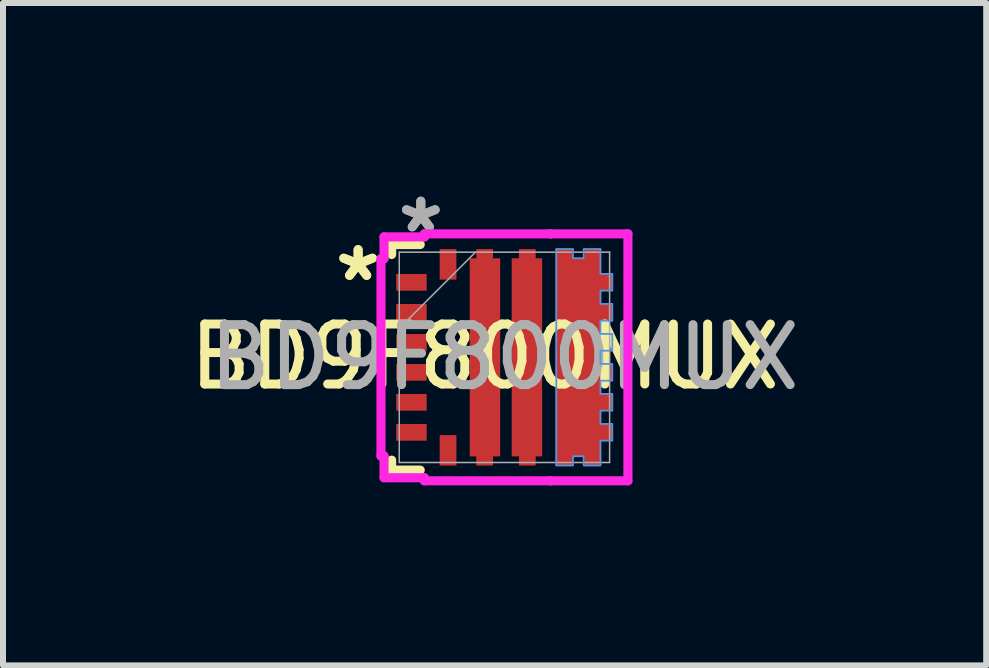
<source format=kicad_pcb>
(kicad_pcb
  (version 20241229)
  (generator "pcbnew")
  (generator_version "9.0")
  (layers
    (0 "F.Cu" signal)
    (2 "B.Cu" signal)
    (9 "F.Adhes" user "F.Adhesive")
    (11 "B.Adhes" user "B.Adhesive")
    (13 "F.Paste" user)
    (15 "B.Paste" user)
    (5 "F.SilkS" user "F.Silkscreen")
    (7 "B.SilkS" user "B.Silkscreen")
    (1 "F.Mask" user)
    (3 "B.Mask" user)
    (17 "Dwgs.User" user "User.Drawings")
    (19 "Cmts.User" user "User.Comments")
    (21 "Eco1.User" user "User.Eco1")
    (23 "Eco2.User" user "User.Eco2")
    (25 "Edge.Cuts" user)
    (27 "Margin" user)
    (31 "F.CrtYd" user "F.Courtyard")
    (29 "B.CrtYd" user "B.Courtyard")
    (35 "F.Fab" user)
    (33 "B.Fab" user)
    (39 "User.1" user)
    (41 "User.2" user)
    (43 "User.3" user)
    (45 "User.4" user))
  (footprint "BD9F800MUX"
    (layer "F.Cu")
    (at 5.03 2.896)
    (property "Reference" "BD9F800MUX" (at 0 0 0) (unlocked yes) (layer "F.SilkS") (effects (font (size 1 1) (thickness 0.15))))
    (attr smd)
    (fp_line (start -1.552 -1.87) (end -1.552 -1.704) (stroke (width 0.152) (type solid)) (layer "F.SilkS"))
    (fp_line (start -1.552 1.724) (end -1.552 1.89) (stroke (width 0.152) (type solid)) (layer "F.SilkS"))
    (fp_line (start -1.552 1.89) (end -1.076 1.89) (stroke (width 0.152) (type solid)) (layer "F.SilkS"))
    (fp_line (start -1.076 -1.87) (end -1.552 -1.87) (stroke (width 0.152) (type solid)) (layer "F.SilkS"))
    (fp_poly (pts (xy 1.192 1.813) (xy 1.192 -1.795) (xy 1.471 -1.795) (xy 1.471 -1.642) (xy 1.649 -1.642) (xy 1.649 -1.795) (xy 1.928 -1.795) (xy 1.928 -1.381) (xy 2.126 -1.381) (xy 2.126 -1.102) (xy 1.928 -1.102) (xy 1.928 -0.881) (xy 2.126 -0.881) (xy 2.126 -0.601) (xy 1.928 -0.601) (xy 1.928 -0.381) (xy 2.126 -0.381) (xy 2.126 -0.101) (xy 1.928 -0.101) (xy 1.928 0.119) (xy 2.126 0.119) (xy 2.126 0.399) (xy 1.928 0.399) (xy 1.928 0.62) (xy 2.126 0.62) (xy 2.126 0.899) (xy 1.928 0.899) (xy 1.928 1.12) (xy 2.126 1.12) (xy 2.126 1.399) (xy 1.928 1.399) (xy 1.928 1.813) (xy 1.649 1.813) (xy 1.649 1.66) (xy 1.471 1.66) (xy 1.471 1.813)) (stroke (width 0.03) (type solid)) (fill no) (layer "Cmts.User"))
    (fp_line (start -1.73 -1.634) (end -1.73 1.654) (stroke (width 0.152) (type solid)) (layer "F.CrtYd"))
    (fp_line (start -1.73 1.654) (end -1.679 1.654) (stroke (width 0.152) (type solid)) (layer "F.CrtYd"))
    (fp_line (start -1.679 -1.997) (end -1.679 -1.634) (stroke (width 0.152) (type solid)) (layer "F.CrtYd"))
    (fp_line (start -1.679 -1.634) (end -1.73 -1.634) (stroke (width 0.152) (type solid)) (layer "F.CrtYd"))
    (fp_line (start -1.679 1.654) (end -1.679 2.017) (stroke (width 0.152) (type solid)) (layer "F.CrtYd"))
    (fp_line (start -1.679 2.017) (end -1.006 2.017) (stroke (width 0.152) (type solid)) (layer "F.CrtYd"))
    (fp_line (start -1.006 -2.048) (end -1.006 -1.997) (stroke (width 0.152) (type solid)) (layer "F.CrtYd"))
    (fp_line (start -1.006 -1.997) (end -1.679 -1.997) (stroke (width 0.152) (type solid)) (layer "F.CrtYd"))
    (fp_line (start -1.006 2.017) (end -1.006 2.068) (stroke (width 0.152) (type solid)) (layer "F.CrtYd"))
    (fp_line (start -1.006 2.068) (end 1.097 2.068) (stroke (width 0.152) (type solid)) (layer "F.CrtYd"))
    (fp_line (start 1.097 -2.048) (end 1.097 -2.048) (stroke (width 0.152) (type solid)) (layer "F.CrtYd"))
    (fp_line (start 1.097 -2.048) (end -1.006 -2.048) (stroke (width 0.152) (type solid)) (layer "F.CrtYd"))
    (fp_line (start 1.097 2.068) (end 2.386 2.068) (stroke (width 0.152) (type solid)) (layer "F.CrtYd"))
    (fp_line (start 1.097 2.068) (end 1.097 2.068) (stroke (width 0.152) (type solid)) (layer "F.CrtYd"))
    (fp_line (start 2.386 -2.048) (end 1.097 -2.048) (stroke (width 0.152) (type solid)) (layer "F.CrtYd"))
    (fp_line (start 2.386 2.068) (end 2.386 -2.048) (stroke (width 0.152) (type solid)) (layer "F.CrtYd"))
    (fp_line (start -1.425 -1.743) (end -1.425 1.763) (stroke (width 0.025) (type solid)) (layer "F.Fab"))
    (fp_line (start -1.425 -0.473) (end -0.155 -1.743) (stroke (width 0.025) (type solid)) (layer "F.Fab"))
    (fp_line (start -1.425 1.763) (end 2.081 1.763) (stroke (width 0.025) (type solid)) (layer "F.Fab"))
    (fp_line (start 2.081 -1.743) (end -1.425 -1.743) (stroke (width 0.025) (type solid)) (layer "F.Fab"))
    (fp_line (start 2.081 1.763) (end 2.081 -1.743) (stroke (width 0.025) (type solid)) (layer "F.Fab"))
    (fp_text user "*" (at -2.111 -1.24 0) (unlocked yes) (layer "F.SilkS") (effects (font (size 1 1) (thickness 0.15))))
    (fp_text user "*" (at -2.111 -1.24 0) (layer "F.SilkS") (effects (font (size 1 1) (thickness 0.15))))
    (fp_text user "*" (at -1.066 -2.048 0) (unlocked yes) (layer "F.Fab") (effects (font (size 1 1) (thickness 0.15))))
    (fp_text user "*" (at -1.066 -2.048 0) (layer "F.Fab") (effects (font (size 1 1) (thickness 0.15))))
    (fp_text user "${REFERENCE}" (at 0.328 0.01 0) (unlocked yes) (layer "F.Fab") (effects (font (size 1 1) (thickness 0.15))))
    (pad "1" smd rect (at -1.222 -1.24) (size 0.508 0.279) (layers "F.Cu" "F.Mask" "F.Paste"))
    (pad "2" smd rect (at -1.222 -0.74) (size 0.508 0.279) (layers "F.Cu" "F.Mask" "F.Paste"))
    (pad "3" smd rect (at -1.222 -0.24) (size 0.508 0.279) (layers "F.Cu" "F.Mask" "F.Paste"))
    (pad "4" smd rect (at -1.222 0.26) (size 0.508 0.279) (layers "F.Cu" "F.Mask" "F.Paste"))
    (pad "5" smd rect (at -1.222 0.76) (size 0.508 0.279) (layers "F.Cu" "F.Mask" "F.Paste"))
    (pad "6" smd rect (at -1.222 1.26) (size 0.508 0.279) (layers "F.Cu" "F.Mask" "F.Paste"))
    (pad "7" smd rect (at -0.612 1.56 90) (size 0.508 0.279) (layers "F.Cu" "F.Mask" "F.Paste"))
    (pad "8" smd rect (at -0.002 0.01 180) (size 0.279 3.608) (layers "F.Cu" "F.Mask" "F.Paste"))
    (pad "8" smd rect (at 0.003 0.01 90) (size 3.302 0.508) (layers "F.Cu" "F.Mask" "F.Paste"))
    (pad "9" smd rect (at 0.703 0.01 90) (size 3.302 0.508) (layers "F.Cu" "F.Mask" "F.Paste"))
    (pad "9" smd rect (at 0.709 0.01) (size 0.279 3.608) (layers "F.Cu" "F.Mask" "F.Paste"))
    (pad "10" smd rect (at 1.319 0.01 90) (size 3.608 0.279) (layers "F.Cu" "F.Mask"))
    (pad "10" smd rect (at 1.566 0.01 90) (size 3.302 0.737) (layers "F.Cu" "F.Mask"))
    (pad "10" smd rect (at 1.801 0.01 90) (size 3.608 0.279) (layers "F.Cu" "F.Mask"))
    (pad "10" smd rect (at 1.878 -1.24 180) (size 0.5 0.279) (layers "F.Cu" "F.Mask"))
    (pad "10" smd rect (at 1.878 -0.74 180) (size 0.5 0.279) (layers "F.Cu" "F.Mask"))
    (pad "10" smd rect (at 1.878 -0.24 180) (size 0.5 0.279) (layers "F.Cu" "F.Mask"))
    (pad "10" smd rect (at 1.878 0.26 180) (size 0.5 0.279) (layers "F.Cu" "F.Mask"))
    (pad "10" smd rect (at 1.878 0.76 180) (size 0.5 0.279) (layers "F.Cu" "F.Mask"))
    (pad "10" smd rect (at 1.878 1.26 180) (size 0.5 0.279) (layers "F.Cu" "F.Mask"))
    (pad "11" smd rect (at -0.612 -1.54 90) (size 0.508 0.279) (layers "F.Cu" "F.Mask" "F.Paste")))
  (gr_rect
    (start -3 -3)
    (end 13.388 8.041)
    (stroke (width 0.1) (type default))
    (fill no)
    (layer "Edge.Cuts")))
</source>
